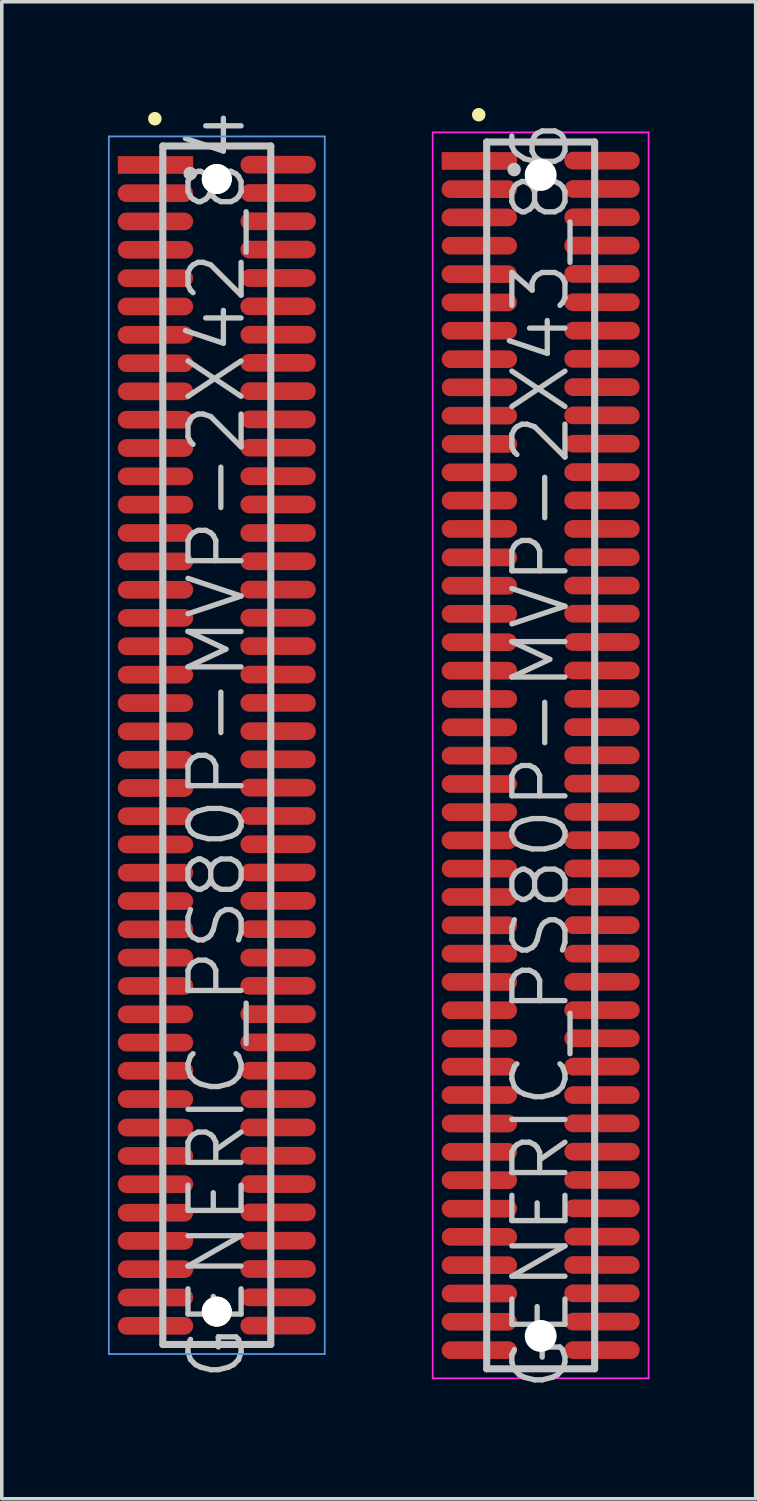
<source format=kicad_pcb>
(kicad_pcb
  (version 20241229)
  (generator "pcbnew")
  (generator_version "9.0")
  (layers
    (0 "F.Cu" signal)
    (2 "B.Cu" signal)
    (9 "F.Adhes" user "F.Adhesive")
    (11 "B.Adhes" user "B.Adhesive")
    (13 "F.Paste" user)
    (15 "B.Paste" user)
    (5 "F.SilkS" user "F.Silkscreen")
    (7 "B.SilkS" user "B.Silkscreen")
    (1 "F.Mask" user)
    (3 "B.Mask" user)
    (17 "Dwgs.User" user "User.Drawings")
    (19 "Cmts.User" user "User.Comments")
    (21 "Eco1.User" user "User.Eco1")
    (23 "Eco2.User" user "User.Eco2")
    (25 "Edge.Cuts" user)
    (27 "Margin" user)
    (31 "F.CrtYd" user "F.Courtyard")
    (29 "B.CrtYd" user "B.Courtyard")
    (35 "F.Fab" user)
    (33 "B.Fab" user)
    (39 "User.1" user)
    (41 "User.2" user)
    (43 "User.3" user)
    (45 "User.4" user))
  (footprint "GENERIC_PS80P-MVP-2X43_86"
    (layer "F.Cu")
    (at 12.225 18.291)
    (property "Reference" "GENERIC_PS80P-MVP-2X43_86" (at 0 0 90) (layer "Dwgs.User") (effects (font (size 1.5 1.5) (thickness 0.15))))
    (attr smd)
    (fp_line (start -1.75 -18.1) (end -1.75 -18.1) (stroke (width 0.381) (type solid)) (layer "F.SilkS"))
    (fp_line (start -1.525 -17.33) (end -1.525 17.33) (stroke (width 0.2) (type solid)) (layer "Dwgs.User"))
    (fp_line (start -1.525 -17.33) (end 1.525 -17.33) (stroke (width 0.2) (type solid)) (layer "Dwgs.User"))
    (fp_line (start -1.525 17.33) (end 1.525 17.33) (stroke (width 0.2) (type solid)) (layer "Dwgs.User"))
    (fp_line (start -0.75 -16.55) (end -0.75 -16.55) (stroke (width 0.381) (type solid)) (layer "Dwgs.User"))
    (fp_line (start 1.525 -17.33) (end 1.525 17.33) (stroke (width 0.2) (type solid)) (layer "Dwgs.User"))
    (fp_line (start -3.05 -17.6) (end -3.05 17.6) (stroke (width 0.05) (type solid)) (layer "F.CrtYd"))
    (fp_line (start -3.05 -17.6) (end 3.05 -17.6) (stroke (width 0.05) (type solid)) (layer "F.CrtYd"))
    (fp_line (start -3.05 17.6) (end 3.05 17.6) (stroke (width 0.05) (type solid)) (layer "F.CrtYd"))
    (fp_line (start 3.05 -17.6) (end 3.05 17.6) (stroke (width 0.05) (type solid)) (layer "F.CrtYd"))
    (pad "" np_thru_hole circle (at 0 -16.398 270) (size 0.9 0.9) (drill 0.9) (layers "*.Cu" "*.Mask"))
    (pad "" np_thru_hole circle (at 0 16.401 270) (size 0.9 0.9) (drill 0.9) (layers "*.Cu" "*.Mask"))
    (pad "1" smd rect (at -1.732 -16.794 270) (size 0.5 2.13) (layers "F.Cu" "F.Mask" "F.Paste"))
    (pad "2" smd oval (at 1.735 -16.802 270) (size 0.5 2.13) (layers "F.Cu" "F.Mask" "F.Paste"))
    (pad "3" smd oval (at -1.735 -15.997 270) (size 0.5 2.13) (layers "F.Cu" "F.Mask" "F.Paste"))
    (pad "4" smd oval (at 1.735 -16.002 270) (size 0.5 2.13) (layers "F.Cu" "F.Mask" "F.Paste"))
    (pad "5" smd oval (at -1.735 -15.199 270) (size 0.5 2.13) (layers "F.Cu" "F.Mask" "F.Paste"))
    (pad "6" smd oval (at 1.735 -15.204 270) (size 0.5 2.13) (layers "F.Cu" "F.Mask" "F.Paste"))
    (pad "7" smd oval (at -1.732 -14.399 270) (size 0.5 2.13) (layers "F.Cu" "F.Mask" "F.Paste"))
    (pad "8" smd oval (at 1.732 -14.404 270) (size 0.5 2.13) (layers "F.Cu" "F.Mask" "F.Paste"))
    (pad "9" smd oval (at -1.735 -13.597 270) (size 0.5 2.13) (layers "F.Cu" "F.Mask" "F.Paste"))
    (pad "10" smd oval (at 1.732 -13.602 270) (size 0.5 2.13) (layers "F.Cu" "F.Mask" "F.Paste"))
    (pad "11" smd oval (at -1.735 -12.797 270) (size 0.5 2.13) (layers "F.Cu" "F.Mask" "F.Paste"))
    (pad "12" smd oval (at 1.732 -12.802 270) (size 0.5 2.13) (layers "F.Cu" "F.Mask" "F.Paste"))
    (pad "13" smd oval (at -1.735 -11.996 270) (size 0.5 2.13) (layers "F.Cu" "F.Mask" "F.Paste"))
    (pad "14" smd oval (at 1.735 -11.999 270) (size 0.5 2.13) (layers "F.Cu" "F.Mask" "F.Paste"))
    (pad "15" smd oval (at -1.732 -11.194 270) (size 0.5 2.13) (layers "F.Cu" "F.Mask" "F.Paste"))
    (pad "16" smd oval (at 1.732 -11.204 270) (size 0.5 2.13) (layers "F.Cu" "F.Mask" "F.Paste"))
    (pad "17" smd oval (at -1.732 -10.399 270) (size 0.5 2.13) (layers "F.Cu" "F.Mask" "F.Paste"))
    (pad "18" smd oval (at 1.732 -10.404 270) (size 0.5 2.13) (layers "F.Cu" "F.Mask" "F.Paste"))
    (pad "19" smd oval (at -1.732 -9.599 270) (size 0.5 2.13) (layers "F.Cu" "F.Mask" "F.Paste"))
    (pad "20" smd oval (at 1.732 -9.606 270) (size 0.5 2.13) (layers "F.Cu" "F.Mask" "F.Paste"))
    (pad "21" smd oval (at -1.732 -8.799 270) (size 0.5 2.13) (layers "F.Cu" "F.Mask" "F.Paste"))
    (pad "22" smd oval (at 1.732 -8.806 270) (size 0.5 2.13) (layers "F.Cu" "F.Mask" "F.Paste"))
    (pad "23" smd oval (at -1.732 -7.998 270) (size 0.5 2.13) (layers "F.Cu" "F.Mask" "F.Paste"))
    (pad "24" smd oval (at 1.732 -8.004 270) (size 0.5 2.13) (layers "F.Cu" "F.Mask" "F.Paste"))
    (pad "25" smd oval (at -1.732 -7.198 270) (size 0.5 2.13) (layers "F.Cu" "F.Mask" "F.Paste"))
    (pad "26" smd oval (at 1.732 -7.203 270) (size 0.5 2.13) (layers "F.Cu" "F.Mask" "F.Paste"))
    (pad "27" smd oval (at -1.732 -6.398 270) (size 0.5 2.13) (layers "F.Cu" "F.Mask" "F.Paste"))
    (pad "28" smd oval (at 1.732 -6.398 270) (size 0.5 2.13) (layers "F.Cu" "F.Mask" "F.Paste"))
    (pad "29" smd oval (at -1.732 -5.593 270) (size 0.5 2.13) (layers "F.Cu" "F.Mask" "F.Paste"))
    (pad "30" smd oval (at 1.732 -5.598 270) (size 0.5 2.13) (layers "F.Cu" "F.Mask" "F.Paste"))
    (pad "31" smd oval (at -1.732 -4.793 270) (size 0.5 2.13) (layers "F.Cu" "F.Mask" "F.Paste"))
    (pad "32" smd oval (at 1.732 -4.798 270) (size 0.5 2.13) (layers "F.Cu" "F.Mask" "F.Paste"))
    (pad "33" smd oval (at -1.732 -3.998 270) (size 0.5 2.13) (layers "F.Cu" "F.Mask" "F.Paste"))
    (pad "34" smd oval (at 1.732 -4.003 270) (size 0.5 2.13) (layers "F.Cu" "F.Mask" "F.Paste"))
    (pad "35" smd oval (at -1.732 -3.198 270) (size 0.5 2.13) (layers "F.Cu" "F.Mask" "F.Paste"))
    (pad "36" smd oval (at 1.732 -3.203 270) (size 0.5 2.13) (layers "F.Cu" "F.Mask" "F.Paste"))
    (pad "37" smd oval (at -1.732 -2.393 270) (size 0.5 2.13) (layers "F.Cu" "F.Mask" "F.Paste"))
    (pad "38" smd oval (at 1.732 -2.398 270) (size 0.5 2.13) (layers "F.Cu" "F.Mask" "F.Paste"))
    (pad "39" smd oval (at -1.732 -1.593 270) (size 0.5 2.13) (layers "F.Cu" "F.Mask" "F.Paste"))
    (pad "40" smd oval (at 1.732 -1.598 270) (size 0.5 2.13) (layers "F.Cu" "F.Mask" "F.Paste"))
    (pad "41" smd oval (at -1.732 -0.792 270) (size 0.5 2.13) (layers "F.Cu" "F.Mask" "F.Paste"))
    (pad "42" smd oval (at 1.732 -0.798 270) (size 0.5 2.13) (layers "F.Cu" "F.Mask" "F.Paste"))
    (pad "43" smd oval (at -1.732 0.008 270) (size 0.5 2.13) (layers "F.Cu" "F.Mask" "F.Paste"))
    (pad "44" smd oval (at 1.732 -0.003 270) (size 0.5 2.13) (layers "F.Cu" "F.Mask" "F.Paste"))
    (pad "45" smd oval (at -1.732 0.808 270) (size 0.5 2.13) (layers "F.Cu" "F.Mask" "F.Paste"))
    (pad "46" smd oval (at 1.732 0.798 270) (size 0.5 2.13) (layers "F.Cu" "F.Mask" "F.Paste"))
    (pad "47" smd oval (at -1.732 1.603 270) (size 0.5 2.13) (layers "F.Cu" "F.Mask" "F.Paste"))
    (pad "48" smd oval (at 1.732 1.598 270) (size 0.5 2.13) (layers "F.Cu" "F.Mask" "F.Paste"))
    (pad "49" smd oval (at -1.732 2.403 270) (size 0.5 2.13) (layers "F.Cu" "F.Mask" "F.Paste"))
    (pad "50" smd oval (at 1.732 2.395 270) (size 0.5 2.13) (layers "F.Cu" "F.Mask" "F.Paste"))
    (pad "51" smd oval (at -1.732 3.2 270) (size 0.5 2.13) (layers "F.Cu" "F.Mask" "F.Paste"))
    (pad "52" smd oval (at 1.732 3.195 270) (size 0.5 2.13) (layers "F.Cu" "F.Mask" "F.Paste"))
    (pad "53" smd oval (at -1.732 4 270) (size 0.5 2.13) (layers "F.Cu" "F.Mask" "F.Paste"))
    (pad "54" smd oval (at 1.732 3.995 270) (size 0.5 2.13) (layers "F.Cu" "F.Mask" "F.Paste"))
    (pad "55" smd oval (at -1.732 4.801 270) (size 0.5 2.13) (layers "F.Cu" "F.Mask" "F.Paste"))
    (pad "56" smd oval (at 1.732 4.796 270) (size 0.5 2.13) (layers "F.Cu" "F.Mask" "F.Paste"))
    (pad "57" smd oval (at -1.732 5.601 270) (size 0.5 2.13) (layers "F.Cu" "F.Mask" "F.Paste"))
    (pad "58" smd oval (at 1.732 5.601 270) (size 0.5 2.13) (layers "F.Cu" "F.Mask" "F.Paste"))
    (pad "59" smd oval (at -1.732 6.401 270) (size 0.5 2.13) (layers "F.Cu" "F.Mask" "F.Paste"))
    (pad "60" smd oval (at 1.732 6.396 270) (size 0.5 2.13) (layers "F.Cu" "F.Mask" "F.Paste"))
    (pad "61" smd oval (at -1.732 7.201 270) (size 0.5 2.13) (layers "F.Cu" "F.Mask" "F.Paste"))
    (pad "62" smd oval (at 1.732 7.196 270) (size 0.5 2.13) (layers "F.Cu" "F.Mask" "F.Paste"))
    (pad "63" smd oval (at -1.732 8.001 270) (size 0.5 2.13) (layers "F.Cu" "F.Mask" "F.Paste"))
    (pad "64" smd oval (at 1.732 7.993 270) (size 0.5 2.13) (layers "F.Cu" "F.Mask" "F.Paste"))
    (pad "65" smd oval (at -1.732 8.796 270) (size 0.5 2.13) (layers "F.Cu" "F.Mask" "F.Paste"))
    (pad "66" smd oval (at 1.732 8.793 270) (size 0.5 2.13) (layers "F.Cu" "F.Mask" "F.Paste"))
    (pad "67" smd oval (at -1.732 9.596 270) (size 0.5 2.13) (layers "F.Cu" "F.Mask" "F.Paste"))
    (pad "68" smd oval (at 1.732 9.596 270) (size 0.5 2.13) (layers "F.Cu" "F.Mask" "F.Paste"))
    (pad "69" smd oval (at -1.732 10.401 270) (size 0.5 2.13) (layers "F.Cu" "F.Mask" "F.Paste"))
    (pad "70" smd oval (at 1.732 10.396 270) (size 0.5 2.13) (layers "F.Cu" "F.Mask" "F.Paste"))
    (pad "71" smd oval (at -1.732 11.201 270) (size 0.5 2.13) (layers "F.Cu" "F.Mask" "F.Paste"))
    (pad "72" smd oval (at 1.732 11.196 270) (size 0.5 2.13) (layers "F.Cu" "F.Mask" "F.Paste"))
    (pad "73" smd oval (at -1.732 12.002 270) (size 0.5 2.13) (layers "F.Cu" "F.Mask" "F.Paste"))
    (pad "74" smd oval (at 1.732 11.996 270) (size 0.5 2.13) (layers "F.Cu" "F.Mask" "F.Paste"))
    (pad "75" smd oval (at -1.732 12.807 270) (size 0.5 2.13) (layers "F.Cu" "F.Mask" "F.Paste"))
    (pad "76" smd oval (at 1.732 12.797 270) (size 0.5 2.13) (layers "F.Cu" "F.Mask" "F.Paste"))
    (pad "77" smd oval (at -1.732 13.602 270) (size 0.5 2.13) (layers "F.Cu" "F.Mask" "F.Paste"))
    (pad "78" smd oval (at 1.732 13.597 270) (size 0.5 2.13) (layers "F.Cu" "F.Mask" "F.Paste"))
    (pad "79" smd oval (at -1.732 14.402 270) (size 0.5 2.13) (layers "F.Cu" "F.Mask" "F.Paste"))
    (pad "80" smd oval (at 1.732 14.397 270) (size 0.5 2.13) (layers "F.Cu" "F.Mask" "F.Paste"))
    (pad "81" smd oval (at -1.732 15.202 270) (size 0.5 2.13) (layers "F.Cu" "F.Mask" "F.Paste"))
    (pad "82" smd oval (at 1.732 15.197 270) (size 0.5 2.13) (layers "F.Cu" "F.Mask" "F.Paste"))
    (pad "83" smd oval (at -1.732 16.002 270) (size 0.5 2.13) (layers "F.Cu" "F.Mask" "F.Paste"))
    (pad "84" smd oval (at 1.732 15.997 270) (size 0.5 2.13) (layers "F.Cu" "F.Mask" "F.Paste"))
    (pad "85" smd oval (at -1.732 16.802 270) (size 0.5 2.13) (layers "F.Cu" "F.Mask" "F.Paste"))
    (pad "86" smd oval (at 1.732 16.802 270) (size 0.5 2.13) (layers "F.Cu" "F.Mask" "F.Paste")))
  (footprint "GENERIC_PS80P-MVP-2X42_84"
    (layer "F.Cu")
    (at 3.075 18.004)
    (property "Reference" "GENERIC_PS80P-MVP-2X42_84" (at 0 0 90) (layer "Dwgs.User") (effects (font (size 1.5 1.5) (thickness 0.15))))
    (attr smd)
    (fp_line (start -1.75 -17.7) (end -1.75 -17.7) (stroke (width 0.381) (type solid)) (layer "F.SilkS"))
    (fp_line (start -1.525 -16.93) (end -1.525 16.93) (stroke (width 0.2) (type solid)) (layer "Dwgs.User"))
    (fp_line (start -1.525 -16.93) (end 1.525 -16.93) (stroke (width 0.2) (type solid)) (layer "Dwgs.User"))
    (fp_line (start -1.525 16.93) (end 1.525 16.93) (stroke (width 0.2) (type solid)) (layer "Dwgs.User"))
    (fp_line (start -0.75 -16.15) (end -0.75 -16.15) (stroke (width 0.381) (type solid)) (layer "Dwgs.User"))
    (fp_line (start 1.525 -16.93) (end 1.525 16.93) (stroke (width 0.2) (type solid)) (layer "Dwgs.User"))
    (fp_line (start -3.05 -17.2) (end -3.05 17.2) (stroke (width 0.05) (type solid)) (layer "Cmts.User"))
    (fp_line (start -3.05 -17.2) (end 3.05 -17.2) (stroke (width 0.05) (type solid)) (layer "Cmts.User"))
    (fp_line (start -3.05 17.2) (end 3.05 17.2) (stroke (width 0.05) (type solid)) (layer "Cmts.User"))
    (fp_line (start 3.05 -17.2) (end 3.05 17.2) (stroke (width 0.05) (type solid)) (layer "Cmts.User"))
    (pad "" np_thru_hole circle (at 0 -15.997 270) (size 0.848 0.848) (drill 0.848) (layers "*.Cu" "*.Mask" "F.SilkS"))
    (pad "" np_thru_hole circle (at 0 16.002 270) (size 0.848 0.848) (drill 0.848) (layers "*.Cu" "*.Mask" "F.SilkS"))
    (pad "1" smd rect (at -1.732 -16.393 270) (size 0.5 2.13) (layers "F.Cu" "F.Mask" "F.Paste"))
    (pad "2" smd oval (at 1.735 -16.401 270) (size 0.5 2.13) (layers "F.Cu" "F.Mask" "F.Paste"))
    (pad "3" smd oval (at -1.735 -15.596 270) (size 0.5 2.13) (layers "F.Cu" "F.Mask" "F.Paste"))
    (pad "4" smd oval (at 1.735 -15.601 270) (size 0.5 2.13) (layers "F.Cu" "F.Mask" "F.Paste"))
    (pad "5" smd oval (at -1.735 -14.798 270) (size 0.5 2.13) (layers "F.Cu" "F.Mask" "F.Paste"))
    (pad "6" smd oval (at 1.735 -14.803 270) (size 0.5 2.13) (layers "F.Cu" "F.Mask" "F.Paste"))
    (pad "7" smd oval (at -1.732 -13.998 270) (size 0.5 2.13) (layers "F.Cu" "F.Mask" "F.Paste"))
    (pad "8" smd oval (at 1.732 -14.003 270) (size 0.5 2.13) (layers "F.Cu" "F.Mask" "F.Paste"))
    (pad "9" smd oval (at -1.735 -13.195 270) (size 0.5 2.13) (layers "F.Cu" "F.Mask" "F.Paste"))
    (pad "10" smd oval (at 1.732 -13.2 270) (size 0.5 2.13) (layers "F.Cu" "F.Mask" "F.Paste"))
    (pad "11" smd oval (at -1.735 -12.395 270) (size 0.5 2.13) (layers "F.Cu" "F.Mask" "F.Paste"))
    (pad "12" smd oval (at 1.732 -12.4 270) (size 0.5 2.13) (layers "F.Cu" "F.Mask" "F.Paste"))
    (pad "13" smd oval (at -1.735 -11.595 270) (size 0.5 2.13) (layers "F.Cu" "F.Mask" "F.Paste"))
    (pad "14" smd oval (at 1.735 -11.598 270) (size 0.5 2.13) (layers "F.Cu" "F.Mask" "F.Paste"))
    (pad "15" smd oval (at -1.732 -10.792 270) (size 0.5 2.13) (layers "F.Cu" "F.Mask" "F.Paste"))
    (pad "16" smd oval (at 1.732 -10.803 270) (size 0.5 2.13) (layers "F.Cu" "F.Mask" "F.Paste"))
    (pad "17" smd oval (at -1.732 -9.997 270) (size 0.5 2.13) (layers "F.Cu" "F.Mask" "F.Paste"))
    (pad "18" smd oval (at 1.732 -10.003 270) (size 0.5 2.13) (layers "F.Cu" "F.Mask" "F.Paste"))
    (pad "19" smd oval (at -1.732 -9.197 270) (size 0.5 2.13) (layers "F.Cu" "F.Mask" "F.Paste"))
    (pad "20" smd oval (at 1.732 -9.205 270) (size 0.5 2.13) (layers "F.Cu" "F.Mask" "F.Paste"))
    (pad "21" smd oval (at -1.732 -8.397 270) (size 0.5 2.13) (layers "F.Cu" "F.Mask" "F.Paste"))
    (pad "22" smd oval (at 1.732 -8.405 270) (size 0.5 2.13) (layers "F.Cu" "F.Mask" "F.Paste"))
    (pad "23" smd oval (at -1.732 -7.597 270) (size 0.5 2.13) (layers "F.Cu" "F.Mask" "F.Paste"))
    (pad "24" smd oval (at 1.732 -7.602 270) (size 0.5 2.13) (layers "F.Cu" "F.Mask" "F.Paste"))
    (pad "25" smd oval (at -1.732 -6.797 270) (size 0.5 2.13) (layers "F.Cu" "F.Mask" "F.Paste"))
    (pad "26" smd oval (at 1.732 -6.802 270) (size 0.5 2.13) (layers "F.Cu" "F.Mask" "F.Paste"))
    (pad "27" smd oval (at -1.732 -5.997 270) (size 0.5 2.13) (layers "F.Cu" "F.Mask" "F.Paste"))
    (pad "28" smd oval (at 1.732 -5.997 270) (size 0.5 2.13) (layers "F.Cu" "F.Mask" "F.Paste"))
    (pad "29" smd oval (at -1.732 -5.192 270) (size 0.5 2.13) (layers "F.Cu" "F.Mask" "F.Paste"))
    (pad "30" smd oval (at 1.732 -5.197 270) (size 0.5 2.13) (layers "F.Cu" "F.Mask" "F.Paste"))
    (pad "31" smd oval (at -1.732 -4.392 270) (size 0.5 2.13) (layers "F.Cu" "F.Mask" "F.Paste"))
    (pad "32" smd oval (at 1.732 -4.397 270) (size 0.5 2.13) (layers "F.Cu" "F.Mask" "F.Paste"))
    (pad "33" smd oval (at -1.732 -3.597 270) (size 0.5 2.13) (layers "F.Cu" "F.Mask" "F.Paste"))
    (pad "34" smd oval (at 1.732 -3.602 270) (size 0.5 2.13) (layers "F.Cu" "F.Mask" "F.Paste"))
    (pad "35" smd oval (at -1.732 -2.797 270) (size 0.5 2.13) (layers "F.Cu" "F.Mask" "F.Paste"))
    (pad "36" smd oval (at 1.732 -2.802 270) (size 0.5 2.13) (layers "F.Cu" "F.Mask" "F.Paste"))
    (pad "37" smd oval (at -1.732 -1.991 270) (size 0.5 2.13) (layers "F.Cu" "F.Mask" "F.Paste"))
    (pad "38" smd oval (at 1.732 -1.996 270) (size 0.5 2.13) (layers "F.Cu" "F.Mask" "F.Paste"))
    (pad "39" smd oval (at -1.732 -1.191 270) (size 0.5 2.13) (layers "F.Cu" "F.Mask" "F.Paste"))
    (pad "40" smd oval (at 1.732 -1.196 270) (size 0.5 2.13) (layers "F.Cu" "F.Mask" "F.Paste"))
    (pad "41" smd oval (at -1.732 -0.391 270) (size 0.5 2.13) (layers "F.Cu" "F.Mask" "F.Paste"))
    (pad "42" smd oval (at 1.732 -0.396 270) (size 0.5 2.13) (layers "F.Cu" "F.Mask" "F.Paste"))
    (pad "43" smd oval (at -1.732 0.409 270) (size 0.5 2.13) (layers "F.Cu" "F.Mask" "F.Paste"))
    (pad "44" smd oval (at 1.732 0.399 270) (size 0.5 2.13) (layers "F.Cu" "F.Mask" "F.Paste"))
    (pad "45" smd oval (at -1.732 1.209 270) (size 0.5 2.13) (layers "F.Cu" "F.Mask" "F.Paste"))
    (pad "46" smd oval (at 1.732 1.199 270) (size 0.5 2.13) (layers "F.Cu" "F.Mask" "F.Paste"))
    (pad "47" smd oval (at -1.732 2.004 270) (size 0.5 2.13) (layers "F.Cu" "F.Mask" "F.Paste"))
    (pad "48" smd oval (at 1.732 1.999 270) (size 0.5 2.13) (layers "F.Cu" "F.Mask" "F.Paste"))
    (pad "49" smd oval (at -1.732 2.804 270) (size 0.5 2.13) (layers "F.Cu" "F.Mask" "F.Paste"))
    (pad "50" smd oval (at 1.732 2.797 270) (size 0.5 2.13) (layers "F.Cu" "F.Mask" "F.Paste"))
    (pad "51" smd oval (at -1.732 3.602 270) (size 0.5 2.13) (layers "F.Cu" "F.Mask" "F.Paste"))
    (pad "52" smd oval (at 1.732 3.597 270) (size 0.5 2.13) (layers "F.Cu" "F.Mask" "F.Paste"))
    (pad "53" smd oval (at -1.732 4.402 270) (size 0.5 2.13) (layers "F.Cu" "F.Mask" "F.Paste"))
    (pad "54" smd oval (at 1.732 4.397 270) (size 0.5 2.13) (layers "F.Cu" "F.Mask" "F.Paste"))
    (pad "55" smd oval (at -1.732 5.202 270) (size 0.5 2.13) (layers "F.Cu" "F.Mask" "F.Paste"))
    (pad "56" smd oval (at 1.732 5.197 270) (size 0.5 2.13) (layers "F.Cu" "F.Mask" "F.Paste"))
    (pad "57" smd oval (at -1.732 6.002 270) (size 0.5 2.13) (layers "F.Cu" "F.Mask" "F.Paste"))
    (pad "58" smd oval (at 1.732 6.002 270) (size 0.5 2.13) (layers "F.Cu" "F.Mask" "F.Paste"))
    (pad "59" smd oval (at -1.732 6.802 270) (size 0.5 2.13) (layers "F.Cu" "F.Mask" "F.Paste"))
    (pad "60" smd oval (at 1.732 6.797 270) (size 0.5 2.13) (layers "F.Cu" "F.Mask" "F.Paste"))
    (pad "61" smd oval (at -1.732 7.602 270) (size 0.5 2.13) (layers "F.Cu" "F.Mask" "F.Paste"))
    (pad "62" smd oval (at 1.732 7.597 270) (size 0.5 2.13) (layers "F.Cu" "F.Mask" "F.Paste"))
    (pad "63" smd oval (at -1.732 8.402 270) (size 0.5 2.13) (layers "F.Cu" "F.Mask" "F.Paste"))
    (pad "64" smd oval (at 1.732 8.395 270) (size 0.5 2.13) (layers "F.Cu" "F.Mask" "F.Paste"))
    (pad "65" smd oval (at -1.732 9.197 270) (size 0.5 2.13) (layers "F.Cu" "F.Mask" "F.Paste"))
    (pad "66" smd oval (at 1.732 9.195 270) (size 0.5 2.13) (layers "F.Cu" "F.Mask" "F.Paste"))
    (pad "67" smd oval (at -1.732 9.997 270) (size 0.5 2.13) (layers "F.Cu" "F.Mask" "F.Paste"))
    (pad "68" smd oval (at 1.732 9.997 270) (size 0.5 2.13) (layers "F.Cu" "F.Mask" "F.Paste"))
    (pad "69" smd oval (at -1.732 10.803 270) (size 0.5 2.13) (layers "F.Cu" "F.Mask" "F.Paste"))
    (pad "70" smd oval (at 1.732 10.798 270) (size 0.5 2.13) (layers "F.Cu" "F.Mask" "F.Paste"))
    (pad "71" smd oval (at -1.732 11.603 270) (size 0.5 2.13) (layers "F.Cu" "F.Mask" "F.Paste"))
    (pad "72" smd oval (at 1.732 11.598 270) (size 0.5 2.13) (layers "F.Cu" "F.Mask" "F.Paste"))
    (pad "73" smd oval (at -1.732 12.403 270) (size 0.5 2.13) (layers "F.Cu" "F.Mask" "F.Paste"))
    (pad "74" smd oval (at 1.732 12.398 270) (size 0.5 2.13) (layers "F.Cu" "F.Mask" "F.Paste"))
    (pad "75" smd oval (at -1.732 13.208 270) (size 0.5 2.13) (layers "F.Cu" "F.Mask" "F.Paste"))
    (pad "76" smd oval (at 1.732 13.198 270) (size 0.5 2.13) (layers "F.Cu" "F.Mask" "F.Paste"))
    (pad "77" smd oval (at -1.732 14.003 270) (size 0.5 2.13) (layers "F.Cu" "F.Mask" "F.Paste"))
    (pad "78" smd oval (at 1.732 13.998 270) (size 0.5 2.13) (layers "F.Cu" "F.Mask" "F.Paste"))
    (pad "79" smd oval (at -1.732 14.803 270) (size 0.5 2.13) (layers "F.Cu" "F.Mask" "F.Paste"))
    (pad "80" smd oval (at 1.732 14.798 270) (size 0.5 2.13) (layers "F.Cu" "F.Mask" "F.Paste"))
    (pad "81" smd oval (at -1.732 15.603 270) (size 0.5 2.13) (layers "F.Cu" "F.Mask" "F.Paste"))
    (pad "82" smd oval (at 1.732 15.598 270) (size 0.5 2.13) (layers "F.Cu" "F.Mask" "F.Paste"))
    (pad "83" smd oval (at -1.732 16.403 270) (size 0.5 2.13) (layers "F.Cu" "F.Mask" "F.Paste"))
    (pad "84" smd oval (at 1.732 16.398 270) (size 0.5 2.13) (layers "F.Cu" "F.Mask" "F.Paste")))
  (gr_rect
    (start -3 -3)
    (end 18.3 39.294)
    (stroke (width 0.1) (type default))
    (fill no)
    (layer "Edge.Cuts")))
</source>
